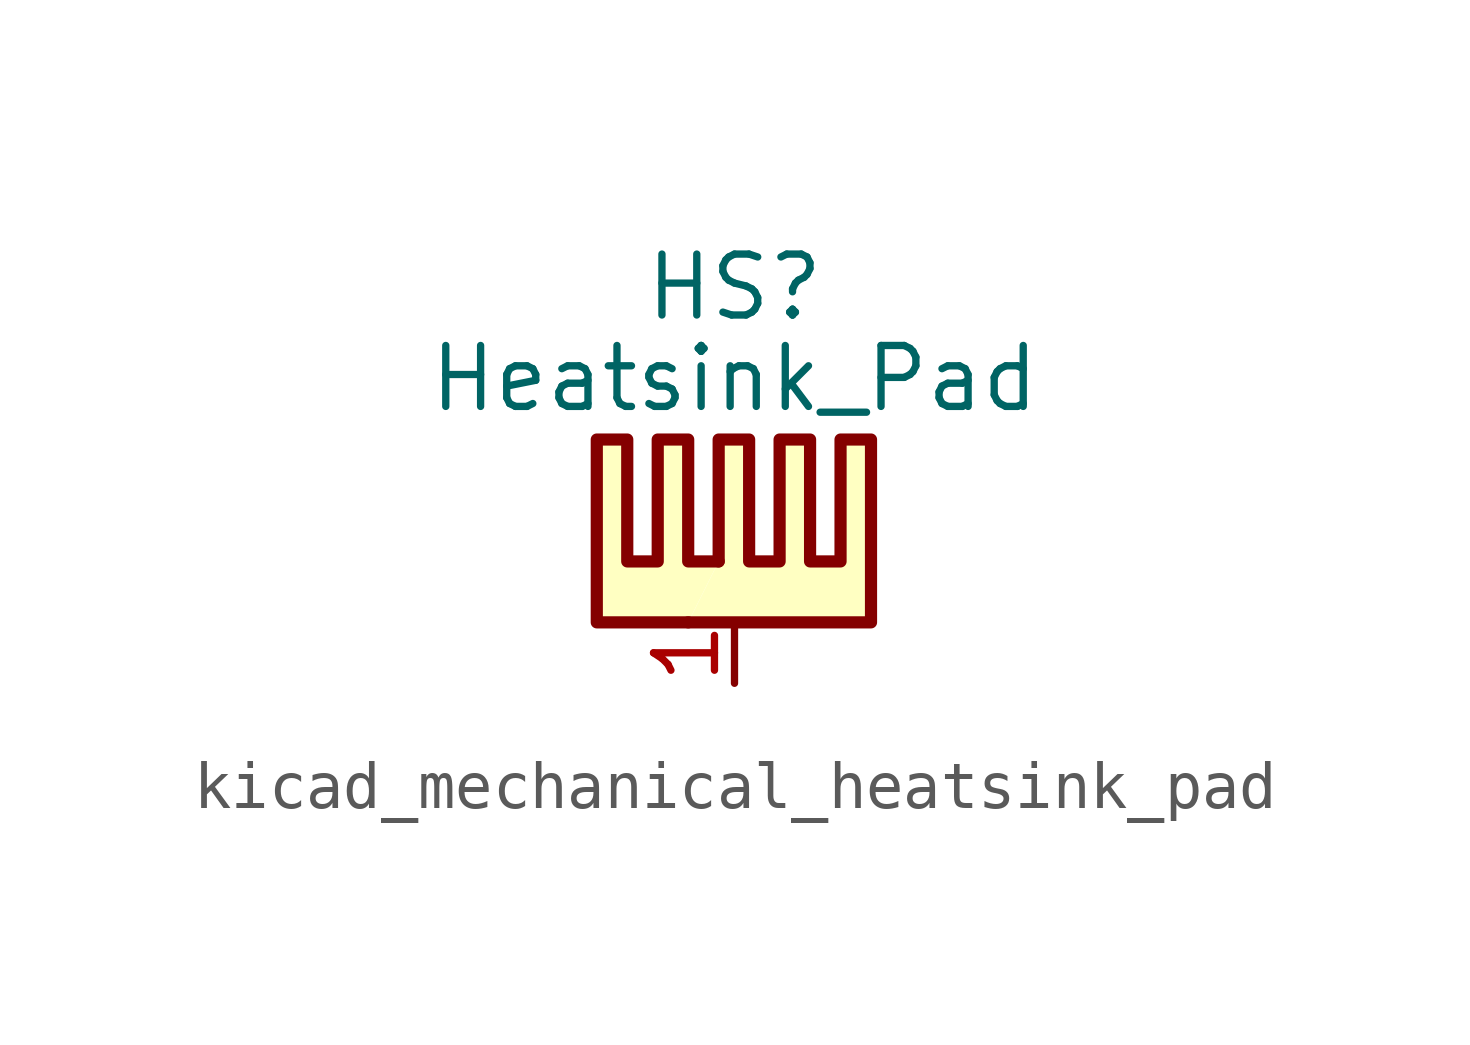
<source format=kicad_sym>
(kicad_symbol_lib
  (version 20220914)
  (generator kicad_symbol_editor)
  (symbol "kicad_mechanical_heatsink_pad"
    (pin_names
      (offset 0))
    (property "Reference" "HS"
      (at 0 5.715 0)
      (effects (font (size 1.27 1.27))))
    (property "Value" "Heatsink_Pad"
      (at 0 3.81 0)
      (effects (font (size 1.27 1.27))))
    (symbol "kicad_mechanical_heatsink_pad_0_1"
      (polyline (pts (xy -0.33 0) (xy -0.965 0) (xy -0.965 2.54) (xy -1.6 2.54) (xy -1.6 0) (xy -2.235 0) (xy -2.235 2.54) (xy -2.87 2.54) (xy -2.87 -1.27) (xy -0.965 -1.27)) (stroke (width 0.254) (type default)) (fill (type background)))
      (polyline (pts (xy -0.33 0) (xy -0.33 2.54) (xy 0.305 2.54) (xy 0.305 0) (xy 0.94 0) (xy 0.94 2.54) (xy 1.575 2.54) (xy 1.575 0) (xy 2.21 0) (xy 2.21 2.54) (xy 2.845 2.54) (xy 2.845 -1.27) (xy -0.965 -1.27)) (stroke (width 0.254) (type default)) (fill (type background))))
    (symbol "kicad_mechanical_heatsink_pad_1_1"
      (pin passive line (at 0 -2.54 90) (length 1.27) (name "~" (effects (font (size 1.27 1.27)))) (number "1" (effects (font (size 1.27 1.27))))))))
</source>
